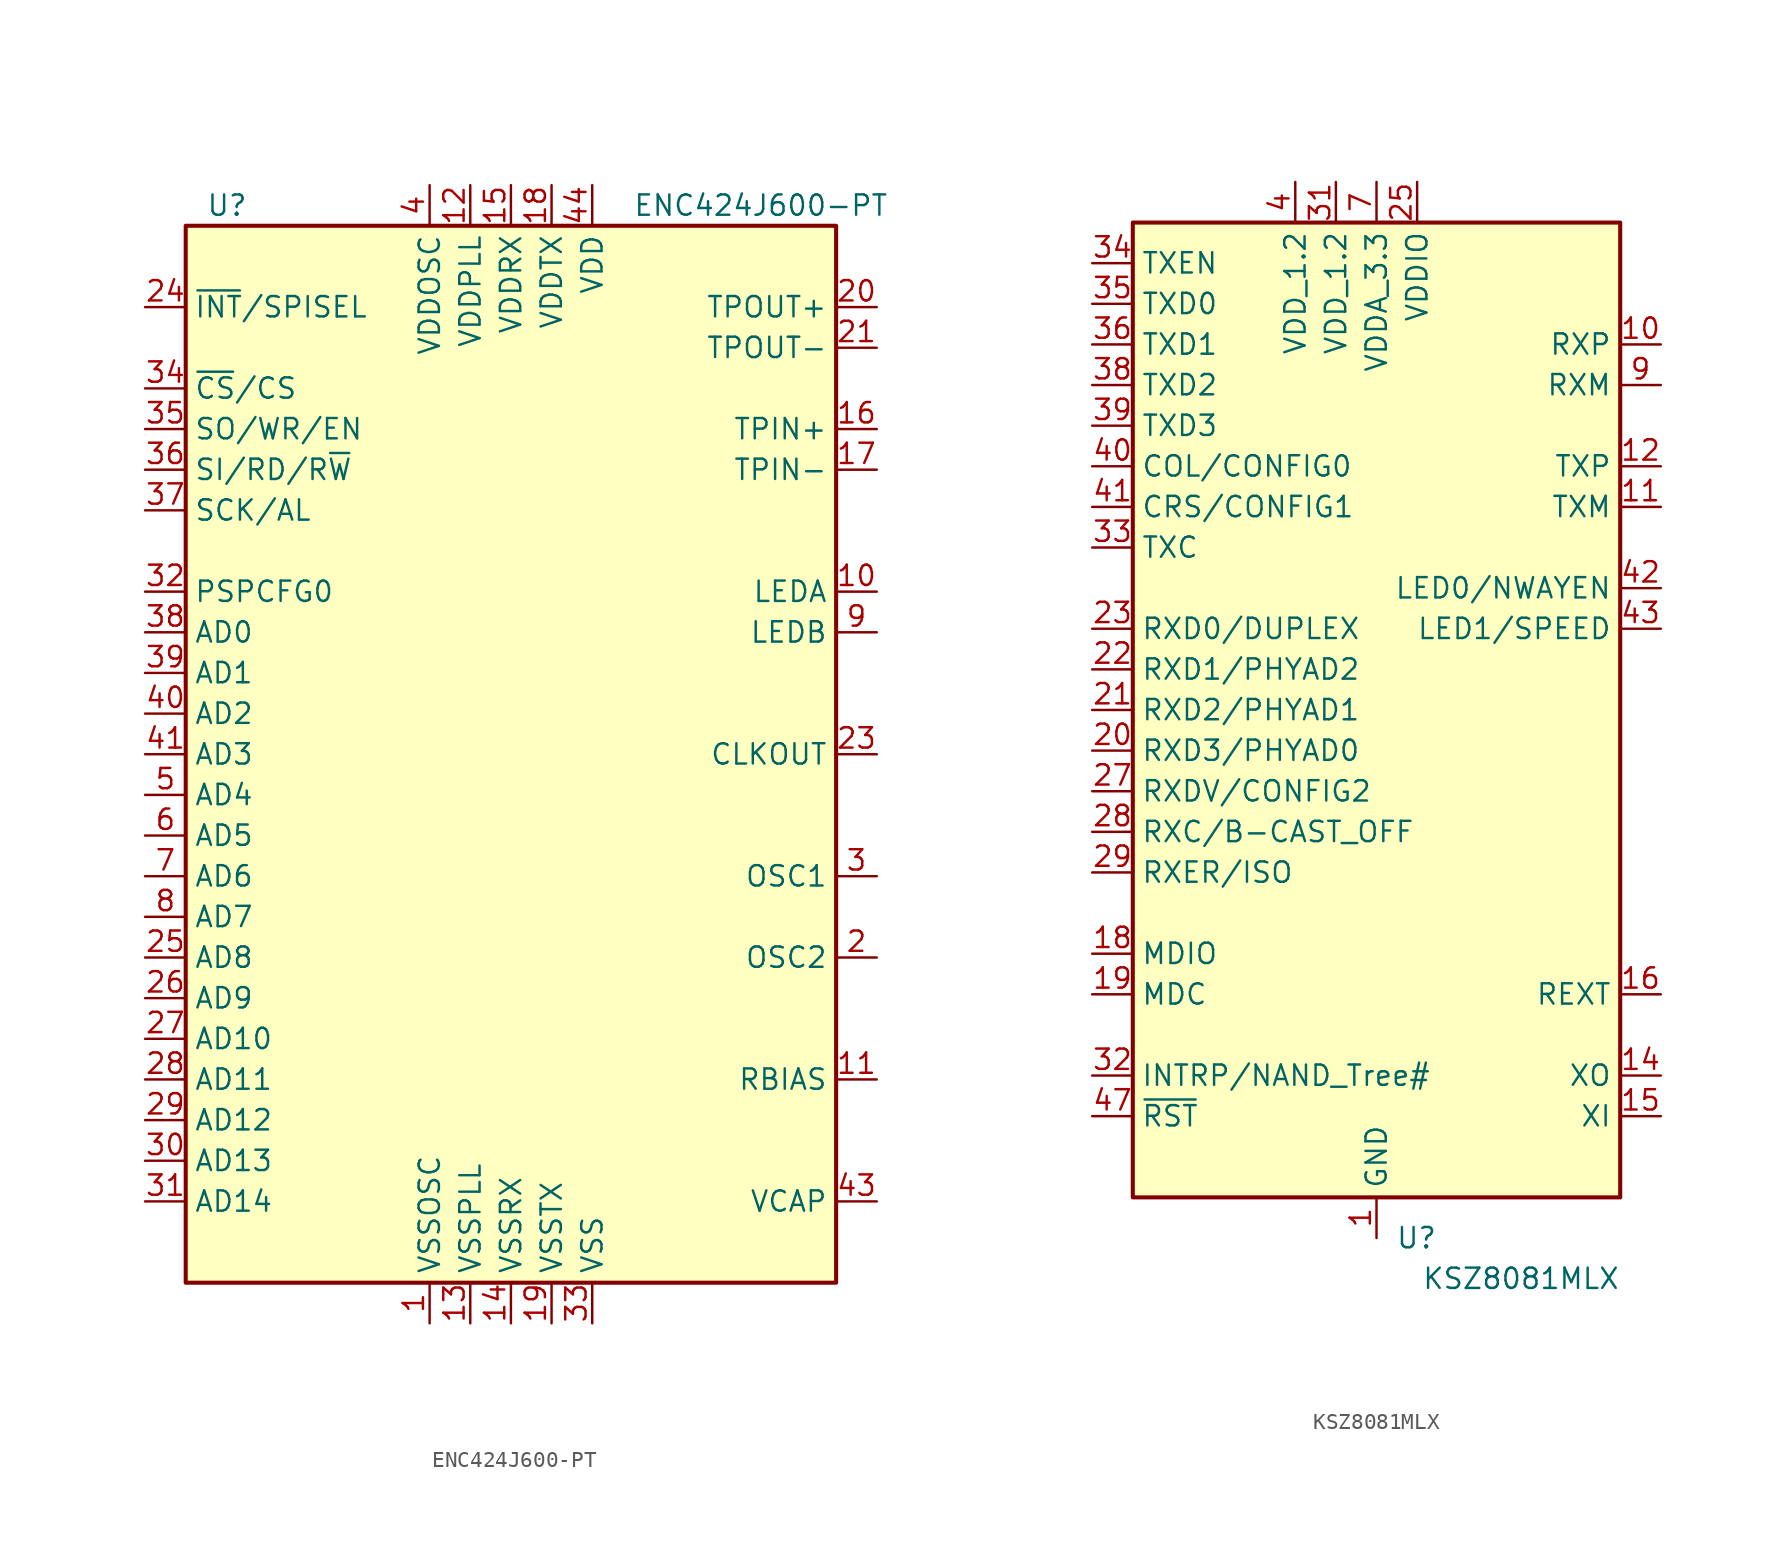
<source format=kicad_sym>
(kicad_symbol_lib
  (version 20241209)
  (generator "kicad_symbol_editor")
  (generator_version "9.0")
  (symbol "ENC424J600-PT"
    (property "Reference" "U"
      (at -19.05 34.29 0)
      (effects (font (size 1.27 1.27)) (justify left)))
    (property "Value" "ENC424J600-PT"
      (at 7.62 34.29 0)
      (effects (font (size 1.27 1.27)) (justify left)))
    (symbol "ENC424J600-PT_0_1"
      (rectangle (start -20.32 33.02) (end 20.32 -33.02) (stroke (width 0.254) (type default)) (fill (type background))))
    (symbol "ENC424J600-PT_1_1"
      (pin bidirectional line (at -22.86 27.94 0) (length 2.54) (name "~{INT}/SPISEL" (effects (font (size 1.27 1.27)))) (number "24" (effects (font (size 1.27 1.27)))))
      (pin input line (at -22.86 22.86 0) (length 2.54) (name "~{CS}/CS" (effects (font (size 1.27 1.27)))) (number "34" (effects (font (size 1.27 1.27)))))
      (pin bidirectional line (at -22.86 20.32 0) (length 2.54) (name "SO/WR/EN" (effects (font (size 1.27 1.27)))) (number "35" (effects (font (size 1.27 1.27)))))
      (pin input line (at -22.86 17.78 0) (length 2.54) (name "SI/RD/R~{W}" (effects (font (size 1.27 1.27)))) (number "36" (effects (font (size 1.27 1.27)))))
      (pin input line (at -22.86 15.24 0) (length 2.54) (name "SCK/AL" (effects (font (size 1.27 1.27)))) (number "37" (effects (font (size 1.27 1.27)))))
      (pin input line (at -22.86 10.16 0) (length 2.54) (name "PSPCFG0" (effects (font (size 1.27 1.27)))) (number "32" (effects (font (size 1.27 1.27)))))
      (pin bidirectional line (at -22.86 7.62 0) (length 2.54) (name "AD0" (effects (font (size 1.27 1.27)))) (number "38" (effects (font (size 1.27 1.27)))))
      (pin input line (at -22.86 5.08 0) (length 2.54) (name "AD1" (effects (font (size 1.27 1.27)))) (number "39" (effects (font (size 1.27 1.27)))))
      (pin bidirectional line (at -22.86 2.54 0) (length 2.54) (name "AD2" (effects (font (size 1.27 1.27)))) (number "40" (effects (font (size 1.27 1.27)))))
      (pin bidirectional line (at -22.86 0 0) (length 2.54) (name "AD3" (effects (font (size 1.27 1.27)))) (number "41" (effects (font (size 1.27 1.27)))))
      (pin bidirectional line (at -22.86 -2.54 0) (length 2.54) (name "AD4" (effects (font (size 1.27 1.27)))) (number "5" (effects (font (size 1.27 1.27)))))
      (pin bidirectional line (at -22.86 -5.08 0) (length 2.54) (name "AD5" (effects (font (size 1.27 1.27)))) (number "6" (effects (font (size 1.27 1.27)))))
      (pin bidirectional line (at -22.86 -7.62 0) (length 2.54) (name "AD6" (effects (font (size 1.27 1.27)))) (number "7" (effects (font (size 1.27 1.27)))))
      (pin bidirectional line (at -22.86 -10.16 0) (length 2.54) (name "AD7" (effects (font (size 1.27 1.27)))) (number "8" (effects (font (size 1.27 1.27)))))
      (pin bidirectional line (at -22.86 -12.7 0) (length 2.54) (name "AD8" (effects (font (size 1.27 1.27)))) (number "25" (effects (font (size 1.27 1.27)))))
      (pin bidirectional line (at -22.86 -15.24 0) (length 2.54) (name "AD9" (effects (font (size 1.27 1.27)))) (number "26" (effects (font (size 1.27 1.27)))))
      (pin bidirectional line (at -22.86 -17.78 0) (length 2.54) (name "AD10" (effects (font (size 1.27 1.27)))) (number "27" (effects (font (size 1.27 1.27)))))
      (pin bidirectional line (at -22.86 -20.32 0) (length 2.54) (name "AD11" (effects (font (size 1.27 1.27)))) (number "28" (effects (font (size 1.27 1.27)))))
      (pin bidirectional line (at -22.86 -22.86 0) (length 2.54) (name "AD12" (effects (font (size 1.27 1.27)))) (number "29" (effects (font (size 1.27 1.27)))))
      (pin bidirectional line (at -22.86 -25.4 0) (length 2.54) (name "AD13" (effects (font (size 1.27 1.27)))) (number "30" (effects (font (size 1.27 1.27)))))
      (pin bidirectional line (at -22.86 -27.94 0) (length 2.54) (name "AD14" (effects (font (size 1.27 1.27)))) (number "31" (effects (font (size 1.27 1.27)))))
      (pin power_in line (at -5.08 35.56 270) (length 2.54) (name "VDDOSC" (effects (font (size 1.27 1.27)))) (number "4" (effects (font (size 1.27 1.27)))))
      (pin power_in line (at -5.08 -35.56 90) (length 2.54) (name "VSSOSC" (effects (font (size 1.27 1.27)))) (number "1" (effects (font (size 1.27 1.27)))))
      (pin power_in line (at -2.54 35.56 270) (length 2.54) (name "VDDPLL" (effects (font (size 1.27 1.27)))) (number "12" (effects (font (size 1.27 1.27)))))
      (pin power_in line (at -2.54 -35.56 90) (length 2.54) (name "VSSPLL" (effects (font (size 1.27 1.27)))) (number "13" (effects (font (size 1.27 1.27)))))
      (pin power_in line (at 0 35.56 270) (length 2.54) (name "VDDRX" (effects (font (size 1.27 1.27)))) (number "15" (effects (font (size 1.27 1.27)))))
      (pin power_in line (at 0 -35.56 90) (length 2.54) (name "VSSRX" (effects (font (size 1.27 1.27)))) (number "14" (effects (font (size 1.27 1.27)))))
      (pin power_in line (at 2.54 35.56 270) (length 2.54) (name "VDDTX" (effects (font (size 1.27 1.27)))) (number "18" (effects (font (size 1.27 1.27)))))
      (pin power_in line (at 2.54 -35.56 90) (length 2.54) (name "VSSTX" (effects (font (size 1.27 1.27)))) (number "19" (effects (font (size 1.27 1.27)))))
      (pin passive line (at 2.54 -35.56 90) (length 2.54) (hide yes) (name "VSSTX" (effects (font (size 1.27 1.27)))) (number "22" (effects (font (size 1.27 1.27)))))
      (pin power_in line (at 5.08 35.56 270) (length 2.54) (name "VDD" (effects (font (size 1.27 1.27)))) (number "44" (effects (font (size 1.27 1.27)))))
      (pin power_in line (at 5.08 -35.56 90) (length 2.54) (name "VSS" (effects (font (size 1.27 1.27)))) (number "33" (effects (font (size 1.27 1.27)))))
      (pin passive line (at 5.08 -35.56 90) (length 2.54) (hide yes) (name "VSS" (effects (font (size 1.27 1.27)))) (number "42" (effects (font (size 1.27 1.27)))))
      (pin output line (at 22.86 27.94 180) (length 2.54) (name "TPOUT+" (effects (font (size 1.27 1.27)))) (number "20" (effects (font (size 1.27 1.27)))))
      (pin output line (at 22.86 25.4 180) (length 2.54) (name "TPOUT-" (effects (font (size 1.27 1.27)))) (number "21" (effects (font (size 1.27 1.27)))))
      (pin input line (at 22.86 20.32 180) (length 2.54) (name "TPIN+" (effects (font (size 1.27 1.27)))) (number "16" (effects (font (size 1.27 1.27)))))
      (pin input line (at 22.86 17.78 180) (length 2.54) (name "TPIN-" (effects (font (size 1.27 1.27)))) (number "17" (effects (font (size 1.27 1.27)))))
      (pin output line (at 22.86 10.16 180) (length 2.54) (name "LEDA" (effects (font (size 1.27 1.27)))) (number "10" (effects (font (size 1.27 1.27)))))
      (pin output line (at 22.86 7.62 180) (length 2.54) (name "LEDB" (effects (font (size 1.27 1.27)))) (number "9" (effects (font (size 1.27 1.27)))))
      (pin output line (at 22.86 0 180) (length 2.54) (name "CLKOUT" (effects (font (size 1.27 1.27)))) (number "23" (effects (font (size 1.27 1.27)))))
      (pin input line (at 22.86 -7.62 180) (length 2.54) (name "OSC1" (effects (font (size 1.27 1.27)))) (number "3" (effects (font (size 1.27 1.27)))))
      (pin output line (at 22.86 -12.7 180) (length 2.54) (name "OSC2" (effects (font (size 1.27 1.27)))) (number "2" (effects (font (size 1.27 1.27)))))
      (pin input line (at 22.86 -20.32 180) (length 2.54) (name "RBIAS" (effects (font (size 1.27 1.27)))) (number "11" (effects (font (size 1.27 1.27)))))
      (pin input line (at 22.86 -27.94 180) (length 2.54) (name "VCAP" (effects (font (size 1.27 1.27)))) (number "43" (effects (font (size 1.27 1.27)))))))
  (symbol "KSZ8081MLX"
    (property "Reference" "U"
      (at 3.81 -33.02 0)
      (effects (font (size 1.27 1.27)) (justify right)))
    (property "Value" "KSZ8081MLX"
      (at 15.24 -35.56 0)
      (effects (font (size 1.27 1.27)) (justify right)))
    (symbol "KSZ8081MLX_1_1"
      (rectangle (start -15.24 30.48) (end 15.24 -30.48) (stroke (width 0.254) (type default)) (fill (type background)))
      (pin input line (at -17.78 27.94 0) (length 2.54) (name "TXEN" (effects (font (size 1.27 1.27)))) (number "34" (effects (font (size 1.27 1.27)))))
      (pin input line (at -17.78 25.4 0) (length 2.54) (name "TXD0" (effects (font (size 1.27 1.27)))) (number "35" (effects (font (size 1.27 1.27)))))
      (pin input line (at -17.78 22.86 0) (length 2.54) (name "TXD1" (effects (font (size 1.27 1.27)))) (number "36" (effects (font (size 1.27 1.27)))))
      (pin input line (at -17.78 20.32 0) (length 2.54) (name "TXD2" (effects (font (size 1.27 1.27)))) (number "38" (effects (font (size 1.27 1.27)))))
      (pin input line (at -17.78 17.78 0) (length 2.54) (name "TXD3" (effects (font (size 1.27 1.27)))) (number "39" (effects (font (size 1.27 1.27)))))
      (pin bidirectional line (at -17.78 15.24 0) (length 2.54) (name "COL/CONFIG0" (effects (font (size 1.27 1.27)))) (number "40" (effects (font (size 1.27 1.27)))))
      (pin bidirectional line (at -17.78 12.7 0) (length 2.54) (name "CRS/CONFIG1" (effects (font (size 1.27 1.27)))) (number "41" (effects (font (size 1.27 1.27)))))
      (pin bidirectional line (at -17.78 10.16 0) (length 2.54) (name "TXC" (effects (font (size 1.27 1.27)))) (number "33" (effects (font (size 1.27 1.27)))))
      (pin output line (at -17.78 5.08 0) (length 2.54) (name "RXD0/DUPLEX" (effects (font (size 1.27 1.27)))) (number "23" (effects (font (size 1.27 1.27)))))
      (pin output line (at -17.78 2.54 0) (length 2.54) (name "RXD1/PHYAD2" (effects (font (size 1.27 1.27)))) (number "22" (effects (font (size 1.27 1.27)))))
      (pin output line (at -17.78 0 0) (length 2.54) (name "RXD2/PHYAD1" (effects (font (size 1.27 1.27)))) (number "21" (effects (font (size 1.27 1.27)))))
      (pin output line (at -17.78 -2.54 0) (length 2.54) (name "RXD3/PHYAD0" (effects (font (size 1.27 1.27)))) (number "20" (effects (font (size 1.27 1.27)))))
      (pin bidirectional line (at -17.78 -5.08 0) (length 2.54) (name "RXDV/CONFIG2" (effects (font (size 1.27 1.27)))) (number "27" (effects (font (size 1.27 1.27)))))
      (pin bidirectional line (at -17.78 -7.62 0) (length 2.54) (name "RXC/B-CAST_OFF" (effects (font (size 1.27 1.27)))) (number "28" (effects (font (size 1.27 1.27)))))
      (pin output line (at -17.78 -10.16 0) (length 2.54) (name "RXER/ISO" (effects (font (size 1.27 1.27)))) (number "29" (effects (font (size 1.27 1.27)))))
      (pin bidirectional line (at -17.78 -15.24 0) (length 2.54) (name "MDIO" (effects (font (size 1.27 1.27)))) (number "18" (effects (font (size 1.27 1.27)))))
      (pin input line (at -17.78 -17.78 0) (length 2.54) (name "MDC" (effects (font (size 1.27 1.27)))) (number "19" (effects (font (size 1.27 1.27)))))
      (pin bidirectional line (at -17.78 -22.86 0) (length 2.54) (name "INTRP/NAND_Tree#" (effects (font (size 1.27 1.27)))) (number "32" (effects (font (size 1.27 1.27)))))
      (pin input line (at -17.78 -25.4 0) (length 2.54) (name "~{RST}" (effects (font (size 1.27 1.27)))) (number "47" (effects (font (size 1.27 1.27)))))
      (pin power_out line (at -5.08 33.02 270) (length 2.54) (name "VDD_1.2" (effects (font (size 1.27 1.27)))) (number "4" (effects (font (size 1.27 1.27)))))
      (pin power_in line (at -2.54 33.02 270) (length 2.54) (name "VDD_1.2" (effects (font (size 1.27 1.27)))) (number "31" (effects (font (size 1.27 1.27)))))
      (pin power_in line (at 0 33.02 270) (length 2.54) (name "VDDA_3.3" (effects (font (size 1.27 1.27)))) (number "7" (effects (font (size 1.27 1.27)))))
      (pin power_in line (at 0 -33.02 90) (length 2.54) (name "GND" (effects (font (size 1.27 1.27)))) (number "1" (effects (font (size 1.27 1.27)))))
      (pin passive line (at 0 -33.02 90) (length 2.54) (hide yes) (name "GND" (effects (font (size 1.27 1.27)))) (number "13" (effects (font (size 1.27 1.27)))))
      (pin passive line (at 0 -33.02 90) (length 2.54) (hide yes) (name "GND" (effects (font (size 1.27 1.27)))) (number "17" (effects (font (size 1.27 1.27)))))
      (pin passive line (at 0 -33.02 90) (length 2.54) (hide yes) (name "GND" (effects (font (size 1.27 1.27)))) (number "2" (effects (font (size 1.27 1.27)))))
      (pin passive line (at 0 -33.02 90) (length 2.54) (hide yes) (name "GND" (effects (font (size 1.27 1.27)))) (number "24" (effects (font (size 1.27 1.27)))))
      (pin passive line (at 0 -33.02 90) (length 2.54) (hide yes) (name "GND" (effects (font (size 1.27 1.27)))) (number "3" (effects (font (size 1.27 1.27)))))
      (pin passive line (at 0 -33.02 90) (length 2.54) (hide yes) (name "GND" (effects (font (size 1.27 1.27)))) (number "30" (effects (font (size 1.27 1.27)))))
      (pin passive line (at 0 -33.02 90) (length 2.54) (hide yes) (name "GND" (effects (font (size 1.27 1.27)))) (number "37" (effects (font (size 1.27 1.27)))))
      (pin power_in line (at 2.54 33.02 270) (length 2.54) (name "VDDIO" (effects (font (size 1.27 1.27)))) (number "25" (effects (font (size 1.27 1.27)))))
      (pin no_connect line (at 15.24 0 180) (length 2.54) (hide yes) (name "NC" (effects (font (size 1.27 1.27)))) (number "5" (effects (font (size 1.27 1.27)))))
      (pin no_connect line (at 15.24 -2.54 180) (length 2.54) (hide yes) (name "NC" (effects (font (size 1.27 1.27)))) (number "6" (effects (font (size 1.27 1.27)))))
      (pin no_connect line (at 15.24 -5.08 180) (length 2.54) (hide yes) (name "NC" (effects (font (size 1.27 1.27)))) (number "8" (effects (font (size 1.27 1.27)))))
      (pin no_connect line (at 15.24 -7.62 180) (length 2.54) (hide yes) (name "NC" (effects (font (size 1.27 1.27)))) (number "26" (effects (font (size 1.27 1.27)))))
      (pin no_connect line (at 15.24 -10.16 180) (length 2.54) (hide yes) (name "NC" (effects (font (size 1.27 1.27)))) (number "45" (effects (font (size 1.27 1.27)))))
      (pin no_connect line (at 15.24 -12.7 180) (length 2.54) (hide yes) (name "NC" (effects (font (size 1.27 1.27)))) (number "46" (effects (font (size 1.27 1.27)))))
      (pin no_connect line (at 15.24 -15.24 180) (length 2.54) (hide yes) (name "TEST/NC" (effects (font (size 1.27 1.27)))) (number "44" (effects (font (size 1.27 1.27)))))
      (pin passive line (at 17.78 22.86 180) (length 2.54) (name "RXP" (effects (font (size 1.27 1.27)))) (number "10" (effects (font (size 1.27 1.27)))))
      (pin passive line (at 17.78 20.32 180) (length 2.54) (name "RXM" (effects (font (size 1.27 1.27)))) (number "9" (effects (font (size 1.27 1.27)))))
      (pin passive line (at 17.78 15.24 180) (length 2.54) (name "TXP" (effects (font (size 1.27 1.27)))) (number "12" (effects (font (size 1.27 1.27)))))
      (pin passive line (at 17.78 12.7 180) (length 2.54) (name "TXM" (effects (font (size 1.27 1.27)))) (number "11" (effects (font (size 1.27 1.27)))))
      (pin bidirectional line (at 17.78 7.62 180) (length 2.54) (name "LED0/NWAYEN" (effects (font (size 1.27 1.27)))) (number "42" (effects (font (size 1.27 1.27)))))
      (pin output line (at 17.78 5.08 180) (length 2.54) (name "LED1/SPEED" (effects (font (size 1.27 1.27)))) (number "43" (effects (font (size 1.27 1.27)))))
      (pin passive line (at 17.78 -17.78 180) (length 2.54) (name "REXT" (effects (font (size 1.27 1.27)))) (number "16" (effects (font (size 1.27 1.27)))))
      (pin output line (at 17.78 -22.86 180) (length 2.54) (name "XO" (effects (font (size 1.27 1.27)))) (number "14" (effects (font (size 1.27 1.27)))))
      (pin input line (at 17.78 -25.4 180) (length 2.54) (name "XI" (effects (font (size 1.27 1.27)))) (number "15" (effects (font (size 1.27 1.27))))))))
</source>
